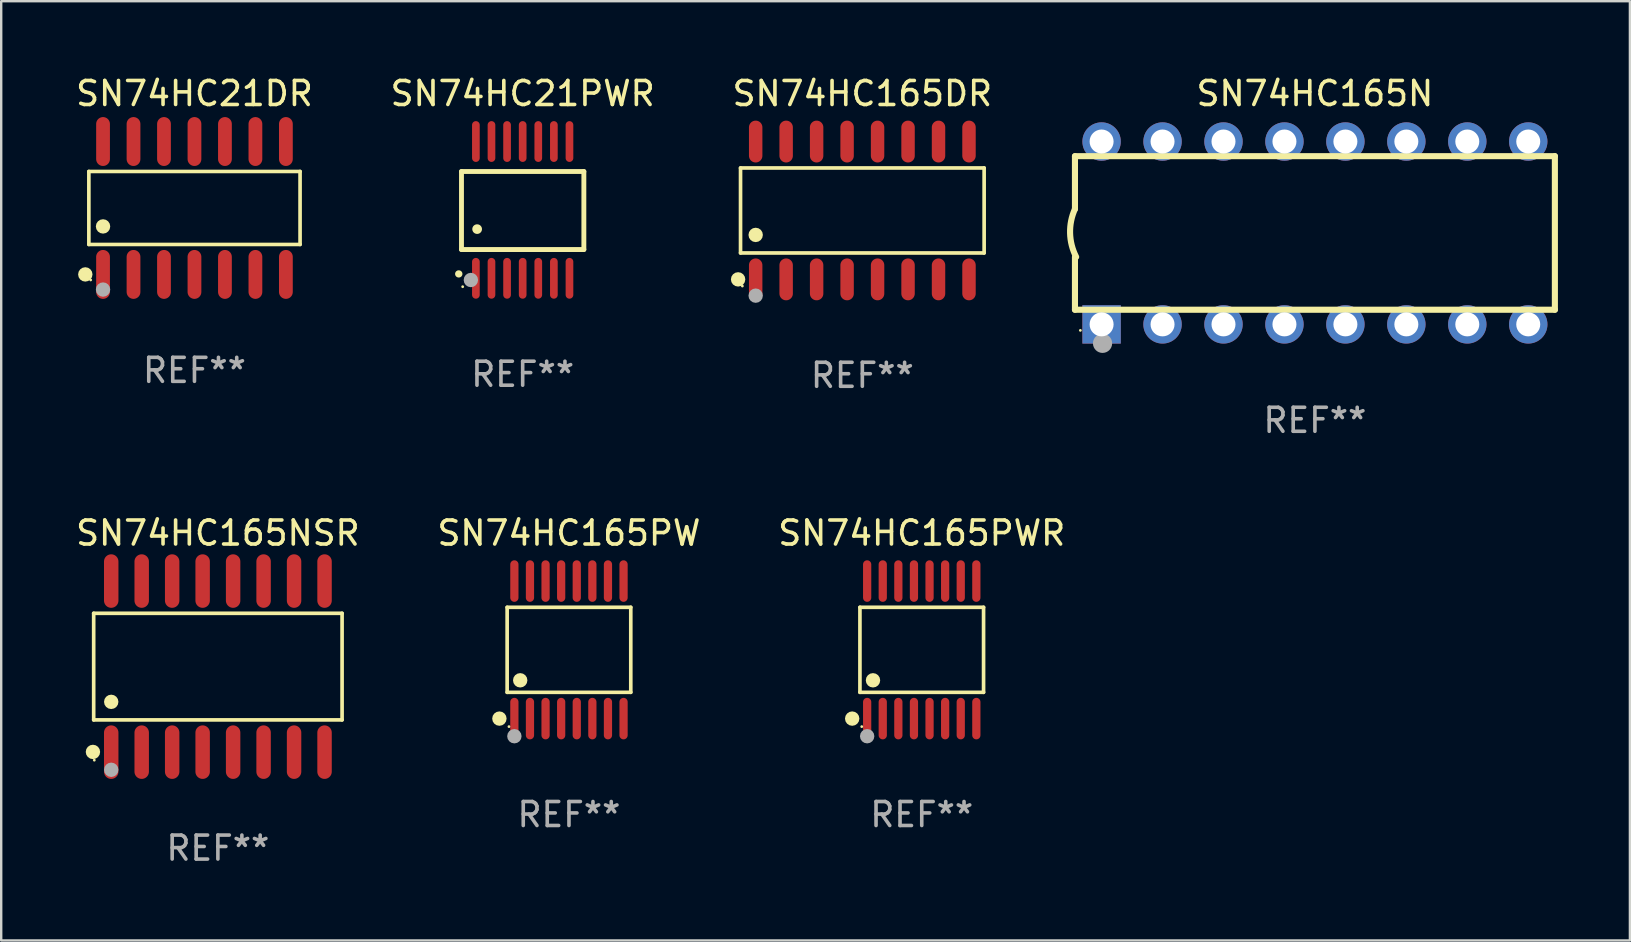
<source format=kicad_pcb>
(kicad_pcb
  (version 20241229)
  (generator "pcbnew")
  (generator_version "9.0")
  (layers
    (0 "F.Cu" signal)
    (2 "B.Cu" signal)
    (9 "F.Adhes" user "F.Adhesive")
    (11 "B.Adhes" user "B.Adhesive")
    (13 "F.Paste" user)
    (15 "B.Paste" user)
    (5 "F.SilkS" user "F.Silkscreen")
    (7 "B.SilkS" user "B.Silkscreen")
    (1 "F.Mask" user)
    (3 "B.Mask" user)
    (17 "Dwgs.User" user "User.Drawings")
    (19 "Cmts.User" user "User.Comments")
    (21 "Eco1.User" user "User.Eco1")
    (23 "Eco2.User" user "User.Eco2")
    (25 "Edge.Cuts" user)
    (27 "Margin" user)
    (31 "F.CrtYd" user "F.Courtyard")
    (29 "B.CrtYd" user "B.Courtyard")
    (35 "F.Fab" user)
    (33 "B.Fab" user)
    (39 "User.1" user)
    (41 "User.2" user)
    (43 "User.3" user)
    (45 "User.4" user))
  (footprint "SN74HC165PWR"
    (layer "F.Cu")
    (at 35.363 24.031)
    (property "Reference" "SN74HC165PWR" (at 0 -4.866 0) (layer "F.SilkS") (effects (font (size 1 1) (thickness 0.15))))
    (attr through_hole)
    (fp_line (start -2.576 -1.772) (end 2.576 -1.772) (stroke (width 0.152) (type solid)) (layer "F.SilkS"))
    (fp_line (start -2.576 1.771) (end -2.576 -1.772) (stroke (width 0.152) (type solid)) (layer "F.SilkS"))
    (fp_line (start 2.576 -1.772) (end 2.576 1.771) (stroke (width 0.152) (type solid)) (layer "F.SilkS"))
    (fp_line (start 2.576 1.771) (end -2.576 1.771) (stroke (width 0.152) (type solid)) (layer "F.SilkS"))
    (fp_circle (center -2.899 2.866) (end -2.749 2.866) (stroke (width 0.3) (type solid)) (fill no) (layer "F.SilkS"))
    (fp_circle (center -2.5 3.2) (end -2.47 3.2) (stroke (width 0.06) (type solid)) (fill no) (layer "F.SilkS"))
    (fp_circle (center -2.032 1.27) (end -1.882 1.27) (stroke (width 0.3) (type solid)) (fill no) (layer "F.SilkS"))
    (fp_circle (center -2.275 3.6) (end -2.125 3.6) (stroke (width 0.3) (type solid)) (fill no) (layer "F.Fab"))
    (fp_text user "REF**" (at 0 6.866 0) (layer "F.Fab") (effects (font (size 1 1) (thickness 0.15))))
    (pad "1" smd oval (at -2.275 2.866) (size 0.343 1.731) (layers "F.Cu" "F.Mask" "F.Paste"))
    (pad "2" smd oval (at -1.625 2.866) (size 0.343 1.731) (layers "F.Cu" "F.Mask" "F.Paste"))
    (pad "3" smd oval (at -0.975 2.866) (size 0.343 1.731) (layers "F.Cu" "F.Mask" "F.Paste"))
    (pad "4" smd oval (at -0.325 2.866) (size 0.343 1.731) (layers "F.Cu" "F.Mask" "F.Paste"))
    (pad "5" smd oval (at 0.325 2.866) (size 0.343 1.731) (layers "F.Cu" "F.Mask" "F.Paste"))
    (pad "6" smd oval (at 0.975 2.866) (size 0.343 1.731) (layers "F.Cu" "F.Mask" "F.Paste"))
    (pad "7" smd oval (at 1.625 2.866) (size 0.343 1.731) (layers "F.Cu" "F.Mask" "F.Paste"))
    (pad "8" smd oval (at 2.275 2.866) (size 0.343 1.731) (layers "F.Cu" "F.Mask" "F.Paste"))
    (pad "9" smd oval (at 2.275 -2.866) (size 0.343 1.731) (layers "F.Cu" "F.Mask" "F.Paste"))
    (pad "10" smd oval (at 1.625 -2.866) (size 0.343 1.731) (layers "F.Cu" "F.Mask" "F.Paste"))
    (pad "11" smd oval (at 0.975 -2.866) (size 0.343 1.731) (layers "F.Cu" "F.Mask" "F.Paste"))
    (pad "12" smd oval (at 0.325 -2.866) (size 0.343 1.731) (layers "F.Cu" "F.Mask" "F.Paste"))
    (pad "13" smd oval (at -0.325 -2.866) (size 0.343 1.731) (layers "F.Cu" "F.Mask" "F.Paste"))
    (pad "14" smd oval (at -0.975 -2.866) (size 0.343 1.731) (layers "F.Cu" "F.Mask" "F.Paste"))
    (pad "15" smd oval (at -1.625 -2.866) (size 0.343 1.731) (layers "F.Cu" "F.Mask" "F.Paste"))
    (pad "16" smd oval (at -2.275 -2.866) (size 0.343 1.731) (layers "F.Cu" "F.Mask" "F.Paste")))
  (footprint "SN74HC165N"
    (layer "F.Cu")
    (at 51.748 6.658)
    (property "Reference" "SN74HC165N" (at 0 -5.81 0) (layer "F.SilkS") (effects (font (size 1 1) (thickness 0.15))))
    (attr through_hole)
    (fp_line (start -10 -0.998) (end -10 -3.198) (stroke (width 0.254) (type solid)) (layer "F.SilkS"))
    (fp_line (start -10 3.2) (end -10 1) (stroke (width 0.254) (type solid)) (layer "F.SilkS"))
    (fp_line (start 10 -3.2) (end -10 -3.2) (stroke (width 0.254) (type solid)) (layer "F.SilkS"))
    (fp_line (start 10 3.2) (end -10 3.2) (stroke (width 0.254) (type solid)) (layer "F.SilkS"))
    (fp_line (start 10 3.2) (end 10 -3.2) (stroke (width 0.254) (type solid)) (layer "F.SilkS"))
    (fp_arc (start -9.949975 0.999974) (mid -10.203153 0.005693) (end -9.999987 -1) (stroke (width 0.254001) (type solid)) (layer "F.SilkS"))
    (fp_circle (center -9.775 4.06) (end -9.745 4.06) (stroke (width 0.06) (type solid)) (fill no) (layer "F.SilkS"))
    (fp_circle (center -8.85 4.6) (end -8.65 4.6) (stroke (width 0.4) (type solid)) (fill no) (layer "F.Fab"))
    (fp_text user "REF**" (at 0 7.81 0) (layer "F.Fab") (effects (font (size 1 1) (thickness 0.15))))
    (pad "1" thru_hole rect (at -8.89 3.81 90) (size 1.6 1.6) (drill 1) (layers "*.Cu" "*.Mask"))
    (pad "2" thru_hole circle (at -6.35 3.81) (size 1.6 1.6) (drill 1) (layers "*.Cu" "*.Mask"))
    (pad "3" thru_hole circle (at -3.81 3.81) (size 1.6 1.6) (drill 1) (layers "*.Cu" "*.Mask"))
    (pad "4" thru_hole circle (at -1.27 3.81) (size 1.6 1.6) (drill 1) (layers "*.Cu" "*.Mask"))
    (pad "5" thru_hole circle (at 1.27 3.81) (size 1.6 1.6) (drill 1) (layers "*.Cu" "*.Mask"))
    (pad "6" thru_hole circle (at 3.81 3.81) (size 1.6 1.6) (drill 1) (layers "*.Cu" "*.Mask"))
    (pad "7" thru_hole circle (at 6.35 3.81) (size 1.6 1.6) (drill 1) (layers "*.Cu" "*.Mask"))
    (pad "8" thru_hole circle (at 8.89 3.81) (size 1.6 1.6) (drill 1) (layers "*.Cu" "*.Mask"))
    (pad "9" thru_hole circle (at 8.89 -3.81) (size 1.6 1.6) (drill 1) (layers "*.Cu" "*.Mask"))
    (pad "10" thru_hole circle (at 6.35 -3.81) (size 1.6 1.6) (drill 1) (layers "*.Cu" "*.Mask"))
    (pad "11" thru_hole circle (at 3.81 -3.81) (size 1.6 1.6) (drill 1) (layers "*.Cu" "*.Mask"))
    (pad "12" thru_hole circle (at 1.27 -3.81) (size 1.6 1.6) (drill 1) (layers "*.Cu" "*.Mask"))
    (pad "13" thru_hole circle (at -1.27 -3.81) (size 1.6 1.6) (drill 1) (layers "*.Cu" "*.Mask"))
    (pad "14" thru_hole circle (at -3.81 -3.81) (size 1.6 1.6) (drill 1) (layers "*.Cu" "*.Mask"))
    (pad "15" thru_hole circle (at -6.35 -3.81) (size 1.6 1.6) (drill 1) (layers "*.Cu" "*.Mask"))
    (pad "16" thru_hole circle (at -8.89 -3.81) (size 1.6 1.6) (drill 1) (layers "*.Cu" "*.Mask")))
  (footprint "SN74HC165NSR"
    (layer "F.Cu")
    (at 6.03 24.73)
    (property "Reference" "SN74HC165NSR" (at 0 -5.565 0) (layer "F.SilkS") (effects (font (size 1 1) (thickness 0.15))))
    (attr through_hole)
    (fp_line (start -5.176 -2.221) (end 5.176 -2.221) (stroke (width 0.152) (type solid)) (layer "F.SilkS"))
    (fp_line (start -5.176 2.221) (end -5.176 -2.221) (stroke (width 0.152) (type solid)) (layer "F.SilkS"))
    (fp_line (start 5.176 -2.221) (end 5.176 2.221) (stroke (width 0.152) (type solid)) (layer "F.SilkS"))
    (fp_line (start 5.176 2.221) (end -5.176 2.221) (stroke (width 0.152) (type solid)) (layer "F.SilkS"))
    (fp_circle (center -5.207 3.556) (end -5.057 3.556) (stroke (width 0.3) (type solid)) (fill no) (layer "F.SilkS"))
    (fp_circle (center -5.15 3.9) (end -5.12 3.9) (stroke (width 0.06) (type solid)) (fill no) (layer "F.SilkS"))
    (fp_circle (center -4.445 1.469) (end -4.295 1.469) (stroke (width 0.3) (type solid)) (fill no) (layer "F.SilkS"))
    (fp_circle (center -4.445 4.3) (end -4.295 4.3) (stroke (width 0.3) (type solid)) (fill no) (layer "F.Fab"))
    (fp_text user "REF**" (at 0 7.565 0) (layer "F.Fab") (effects (font (size 1 1) (thickness 0.15))))
    (pad "1" smd oval (at -4.445 3.565) (size 0.602 2.231) (layers "F.Cu" "F.Mask" "F.Paste"))
    (pad "2" smd oval (at -3.175 3.565) (size 0.602 2.231) (layers "F.Cu" "F.Mask" "F.Paste"))
    (pad "3" smd oval (at -1.905 3.565) (size 0.602 2.231) (layers "F.Cu" "F.Mask" "F.Paste"))
    (pad "4" smd oval (at -0.635 3.565) (size 0.602 2.231) (layers "F.Cu" "F.Mask" "F.Paste"))
    (pad "5" smd oval (at 0.635 3.565) (size 0.602 2.231) (layers "F.Cu" "F.Mask" "F.Paste"))
    (pad "6" smd oval (at 1.905 3.565) (size 0.602 2.231) (layers "F.Cu" "F.Mask" "F.Paste"))
    (pad "7" smd oval (at 3.175 3.565) (size 0.602 2.231) (layers "F.Cu" "F.Mask" "F.Paste"))
    (pad "8" smd oval (at 4.445 3.565) (size 0.602 2.231) (layers "F.Cu" "F.Mask" "F.Paste"))
    (pad "9" smd oval (at 4.445 -3.565) (size 0.602 2.231) (layers "F.Cu" "F.Mask" "F.Paste"))
    (pad "10" smd oval (at 3.175 -3.565) (size 0.602 2.231) (layers "F.Cu" "F.Mask" "F.Paste"))
    (pad "11" smd oval (at 1.905 -3.565) (size 0.602 2.231) (layers "F.Cu" "F.Mask" "F.Paste"))
    (pad "12" smd oval (at 0.635 -3.565) (size 0.602 2.231) (layers "F.Cu" "F.Mask" "F.Paste"))
    (pad "13" smd oval (at -0.635 -3.565) (size 0.602 2.231) (layers "F.Cu" "F.Mask" "F.Paste"))
    (pad "14" smd oval (at -1.905 -3.565) (size 0.602 2.231) (layers "F.Cu" "F.Mask" "F.Paste"))
    (pad "15" smd oval (at -3.175 -3.565) (size 0.602 2.231) (layers "F.Cu" "F.Mask" "F.Paste"))
    (pad "16" smd oval (at -4.445 -3.565) (size 0.602 2.231) (layers "F.Cu" "F.Mask" "F.Paste")))
  (footprint "SN74HC165PW"
    (layer "F.Cu")
    (at 20.661 24.031)
    (property "Reference" "SN74HC165PW" (at 0 -4.866 0) (layer "F.SilkS") (effects (font (size 1 1) (thickness 0.15))))
    (attr through_hole)
    (fp_line (start -2.576 -1.772) (end 2.576 -1.772) (stroke (width 0.152) (type solid)) (layer "F.SilkS"))
    (fp_line (start -2.576 1.771) (end -2.576 -1.772) (stroke (width 0.152) (type solid)) (layer "F.SilkS"))
    (fp_line (start 2.576 -1.772) (end 2.576 1.771) (stroke (width 0.152) (type solid)) (layer "F.SilkS"))
    (fp_line (start 2.576 1.771) (end -2.576 1.771) (stroke (width 0.152) (type solid)) (layer "F.SilkS"))
    (fp_circle (center -2.899 2.866) (end -2.749 2.866) (stroke (width 0.3) (type solid)) (fill no) (layer "F.SilkS"))
    (fp_circle (center -2.5 3.2) (end -2.47 3.2) (stroke (width 0.06) (type solid)) (fill no) (layer "F.SilkS"))
    (fp_circle (center -2.032 1.27) (end -1.882 1.27) (stroke (width 0.3) (type solid)) (fill no) (layer "F.SilkS"))
    (fp_circle (center -2.275 3.6) (end -2.125 3.6) (stroke (width 0.3) (type solid)) (fill no) (layer "F.Fab"))
    (fp_text user "REF**" (at 0 6.866 0) (layer "F.Fab") (effects (font (size 1 1) (thickness 0.15))))
    (pad "1" smd oval (at -2.275 2.866) (size 0.343 1.731) (layers "F.Cu" "F.Mask" "F.Paste"))
    (pad "2" smd oval (at -1.625 2.866) (size 0.343 1.731) (layers "F.Cu" "F.Mask" "F.Paste"))
    (pad "3" smd oval (at -0.975 2.866) (size 0.343 1.731) (layers "F.Cu" "F.Mask" "F.Paste"))
    (pad "4" smd oval (at -0.325 2.866) (size 0.343 1.731) (layers "F.Cu" "F.Mask" "F.Paste"))
    (pad "5" smd oval (at 0.325 2.866) (size 0.343 1.731) (layers "F.Cu" "F.Mask" "F.Paste"))
    (pad "6" smd oval (at 0.975 2.866) (size 0.343 1.731) (layers "F.Cu" "F.Mask" "F.Paste"))
    (pad "7" smd oval (at 1.625 2.866) (size 0.343 1.731) (layers "F.Cu" "F.Mask" "F.Paste"))
    (pad "8" smd oval (at 2.275 2.866) (size 0.343 1.731) (layers "F.Cu" "F.Mask" "F.Paste"))
    (pad "9" smd oval (at 2.275 -2.866) (size 0.343 1.731) (layers "F.Cu" "F.Mask" "F.Paste"))
    (pad "10" smd oval (at 1.625 -2.866) (size 0.343 1.731) (layers "F.Cu" "F.Mask" "F.Paste"))
    (pad "11" smd oval (at 0.975 -2.866) (size 0.343 1.731) (layers "F.Cu" "F.Mask" "F.Paste"))
    (pad "12" smd oval (at 0.325 -2.866) (size 0.343 1.731) (layers "F.Cu" "F.Mask" "F.Paste"))
    (pad "13" smd oval (at -0.325 -2.866) (size 0.343 1.731) (layers "F.Cu" "F.Mask" "F.Paste"))
    (pad "14" smd oval (at -0.975 -2.866) (size 0.343 1.731) (layers "F.Cu" "F.Mask" "F.Paste"))
    (pad "15" smd oval (at -1.625 -2.866) (size 0.343 1.731) (layers "F.Cu" "F.Mask" "F.Paste"))
    (pad "16" smd oval (at -2.275 -2.866) (size 0.343 1.731) (layers "F.Cu" "F.Mask" "F.Paste")))
  (footprint "SN74HC21DR"
    (layer "F.Cu")
    (at 5.054 5.617)
    (property "Reference" "SN74HC21DR" (at 0 -4.769 0) (layer "F.SilkS") (effects (font (size 1 1) (thickness 0.15))))
    (attr through_hole)
    (fp_line (start -4.401 -1.521) (end 4.401 -1.521) (stroke (width 0.152) (type solid)) (layer "F.SilkS"))
    (fp_line (start -4.401 1.521) (end -4.401 -1.521) (stroke (width 0.152) (type solid)) (layer "F.SilkS"))
    (fp_line (start 4.401 -1.521) (end 4.401 1.521) (stroke (width 0.152) (type solid)) (layer "F.SilkS"))
    (fp_line (start 4.401 1.521) (end -4.401 1.521) (stroke (width 0.152) (type solid)) (layer "F.SilkS"))
    (fp_circle (center -4.549 2.769) (end -4.399 2.769) (stroke (width 0.3) (type solid)) (fill no) (layer "F.SilkS"))
    (fp_circle (center -4.325 3) (end -4.295 3) (stroke (width 0.06) (type solid)) (fill no) (layer "F.SilkS"))
    (fp_circle (center -3.81 0.769) (end -3.66 0.769) (stroke (width 0.3) (type solid)) (fill no) (layer "F.SilkS"))
    (fp_circle (center -3.81 3.4) (end -3.66 3.4) (stroke (width 0.3) (type solid)) (fill no) (layer "F.Fab"))
    (fp_text user "REF**" (at 0 6.769 0) (layer "F.Fab") (effects (font (size 1 1) (thickness 0.15))))
    (pad "1" smd oval (at -3.81 2.769) (size 0.574 2.038) (layers "F.Cu" "F.Mask" "F.Paste"))
    (pad "2" smd oval (at -2.54 2.769) (size 0.574 2.038) (layers "F.Cu" "F.Mask" "F.Paste"))
    (pad "3" smd oval (at -1.27 2.769) (size 0.574 2.038) (layers "F.Cu" "F.Mask" "F.Paste"))
    (pad "4" smd oval (at 0 2.769) (size 0.574 2.038) (layers "F.Cu" "F.Mask" "F.Paste"))
    (pad "5" smd oval (at 1.27 2.769) (size 0.574 2.038) (layers "F.Cu" "F.Mask" "F.Paste"))
    (pad "6" smd oval (at 2.54 2.769) (size 0.574 2.038) (layers "F.Cu" "F.Mask" "F.Paste"))
    (pad "7" smd oval (at 3.81 2.769) (size 0.574 2.038) (layers "F.Cu" "F.Mask" "F.Paste"))
    (pad "8" smd oval (at 3.81 -2.769) (size 0.574 2.038) (layers "F.Cu" "F.Mask" "F.Paste"))
    (pad "9" smd oval (at 2.54 -2.769) (size 0.574 2.038) (layers "F.Cu" "F.Mask" "F.Paste"))
    (pad "10" smd oval (at 1.27 -2.769) (size 0.574 2.038) (layers "F.Cu" "F.Mask" "F.Paste"))
    (pad "11" smd oval (at 0 -2.769) (size 0.574 2.038) (layers "F.Cu" "F.Mask" "F.Paste"))
    (pad "12" smd oval (at -1.27 -2.769) (size 0.574 2.038) (layers "F.Cu" "F.Mask" "F.Paste"))
    (pad "13" smd oval (at -2.54 -2.769) (size 0.574 2.038) (layers "F.Cu" "F.Mask" "F.Paste"))
    (pad "14" smd oval (at -3.81 -2.769) (size 0.574 2.038) (layers "F.Cu" "F.Mask" "F.Paste")))
  (footprint "SN74HC21PWR"
    (layer "F.Cu")
    (at 18.732 5.698)
    (property "Reference" "SN74HC21PWR" (at 0 -4.85 0) (layer "F.SilkS") (effects (font (size 1 1) (thickness 0.15))))
    (attr through_hole)
    (fp_line (start -2.55 -1.6) (end 2.55 -1.6) (stroke (width 0.203) (type solid)) (layer "F.SilkS"))
    (fp_line (start -2.55 1.651) (end -2.55 -1.6) (stroke (width 0.203) (type solid)) (layer "F.SilkS"))
    (fp_line (start 2.55 -1.6) (end 2.55 1.651) (stroke (width 0.203) (type solid)) (layer "F.SilkS"))
    (fp_line (start 2.55 1.651) (end -2.55 1.651) (stroke (width 0.203) (type solid)) (layer "F.SilkS"))
    (fp_arc (start -2.667005 2.667005) (mid -2.663677 2.667046) (end -2.66035 2.667157) (stroke (width 0.3) (type solid)) (layer "F.SilkS"))
    (fp_arc (start -1.9 0.8) (mid -1.897803 0.800014) (end -1.895606 0.800051) (stroke (width 0.4) (type solid)) (layer "F.SilkS"))
    (fp_circle (center -2.5 3.2) (end -2.47 3.2) (stroke (width 0.06) (type solid)) (fill no) (layer "F.SilkS"))
    (fp_circle (center -2.159 2.921) (end -2.009 2.921) (stroke (width 0.3) (type solid)) (fill no) (layer "F.Fab"))
    (fp_text user "REF**" (at 0 6.85 0) (layer "F.Fab") (effects (font (size 1 1) (thickness 0.15))))
    (pad "1" smd oval (at -1.95 2.85 180) (size 0.32 1.7) (layers "F.Cu" "F.Mask" "F.Paste"))
    (pad "2" smd oval (at -1.3 2.85 180) (size 0.32 1.7) (layers "F.Cu" "F.Mask" "F.Paste"))
    (pad "3" smd oval (at -0.65 2.85 180) (size 0.32 1.7) (layers "F.Cu" "F.Mask" "F.Paste"))
    (pad "4" smd oval (at 0 2.85 180) (size 0.32 1.7) (layers "F.Cu" "F.Mask" "F.Paste"))
    (pad "5" smd oval (at 0.65 2.85 180) (size 0.32 1.7) (layers "F.Cu" "F.Mask" "F.Paste"))
    (pad "6" smd oval (at 1.3 2.85 180) (size 0.32 1.7) (layers "F.Cu" "F.Mask" "F.Paste"))
    (pad "7" smd oval (at 1.95 2.85 180) (size 0.32 1.7) (layers "F.Cu" "F.Mask" "F.Paste"))
    (pad "8" smd oval (at 1.95 -2.85 180) (size 0.32 1.7) (layers "F.Cu" "F.Mask" "F.Paste"))
    (pad "9" smd oval (at 1.3 -2.85 180) (size 0.32 1.7) (layers "F.Cu" "F.Mask" "F.Paste"))
    (pad "10" smd oval (at 0.65 -2.85 180) (size 0.32 1.7) (layers "F.Cu" "F.Mask" "F.Paste"))
    (pad "11" smd oval (at 0 -2.85 180) (size 0.32 1.7) (layers "F.Cu" "F.Mask" "F.Paste"))
    (pad "12" smd oval (at -0.65 -2.85 180) (size 0.32 1.7) (layers "F.Cu" "F.Mask" "F.Paste"))
    (pad "13" smd oval (at -1.3 -2.85 180) (size 0.32 1.7) (layers "F.Cu" "F.Mask" "F.Paste"))
    (pad "14" smd oval (at -1.95 -2.85 180) (size 0.32 1.7) (layers "F.Cu" "F.Mask" "F.Paste")))
  (footprint "SN74HC165DR"
    (layer "F.Cu")
    (at 32.887 5.721)
    (property "Reference" "SN74HC165DR" (at 0 -4.872 0) (layer "F.SilkS") (effects (font (size 1 1) (thickness 0.15))))
    (attr through_hole)
    (fp_line (start -5.076 -1.771) (end 5.076 -1.771) (stroke (width 0.152) (type solid)) (layer "F.SilkS"))
    (fp_line (start -5.076 1.771) (end -5.076 -1.771) (stroke (width 0.152) (type solid)) (layer "F.SilkS"))
    (fp_line (start 5.076 -1.771) (end 5.076 1.771) (stroke (width 0.152) (type solid)) (layer "F.SilkS"))
    (fp_line (start 5.076 1.771) (end -5.076 1.771) (stroke (width 0.152) (type solid)) (layer "F.SilkS"))
    (fp_circle (center -5.177 2.872) (end -5.027 2.872) (stroke (width 0.3) (type solid)) (fill no) (layer "F.SilkS"))
    (fp_circle (center -5 3.15) (end -4.97 3.15) (stroke (width 0.06) (type solid)) (fill no) (layer "F.SilkS"))
    (fp_circle (center -4.445 1.019) (end -4.295 1.019) (stroke (width 0.3) (type solid)) (fill no) (layer "F.SilkS"))
    (fp_circle (center -4.445 3.55) (end -4.295 3.55) (stroke (width 0.3) (type solid)) (fill no) (layer "F.Fab"))
    (fp_text user "REF**" (at 0 6.872 0) (layer "F.Fab") (effects (font (size 1 1) (thickness 0.15))))
    (pad "1" smd oval (at -4.445 2.872) (size 0.56 1.745) (layers "F.Cu" "F.Mask" "F.Paste"))
    (pad "2" smd oval (at -3.175 2.872) (size 0.56 1.745) (layers "F.Cu" "F.Mask" "F.Paste"))
    (pad "3" smd oval (at -1.905 2.872) (size 0.56 1.745) (layers "F.Cu" "F.Mask" "F.Paste"))
    (pad "4" smd oval (at -0.635 2.872) (size 0.56 1.745) (layers "F.Cu" "F.Mask" "F.Paste"))
    (pad "5" smd oval (at 0.635 2.872) (size 0.56 1.745) (layers "F.Cu" "F.Mask" "F.Paste"))
    (pad "6" smd oval (at 1.905 2.872) (size 0.56 1.745) (layers "F.Cu" "F.Mask" "F.Paste"))
    (pad "7" smd oval (at 3.175 2.872) (size 0.56 1.745) (layers "F.Cu" "F.Mask" "F.Paste"))
    (pad "8" smd oval (at 4.445 2.872) (size 0.56 1.745) (layers "F.Cu" "F.Mask" "F.Paste"))
    (pad "9" smd oval (at 4.445 -2.872) (size 0.56 1.745) (layers "F.Cu" "F.Mask" "F.Paste"))
    (pad "10" smd oval (at 3.175 -2.872) (size 0.56 1.745) (layers "F.Cu" "F.Mask" "F.Paste"))
    (pad "11" smd oval (at 1.905 -2.872) (size 0.56 1.745) (layers "F.Cu" "F.Mask" "F.Paste"))
    (pad "12" smd oval (at 0.635 -2.872) (size 0.56 1.745) (layers "F.Cu" "F.Mask" "F.Paste"))
    (pad "13" smd oval (at -0.635 -2.872) (size 0.56 1.745) (layers "F.Cu" "F.Mask" "F.Paste"))
    (pad "14" smd oval (at -1.905 -2.872) (size 0.56 1.745) (layers "F.Cu" "F.Mask" "F.Paste"))
    (pad "15" smd oval (at -3.175 -2.872) (size 0.56 1.745) (layers "F.Cu" "F.Mask" "F.Paste"))
    (pad "16" smd oval (at -4.445 -2.872) (size 0.56 1.745) (layers "F.Cu" "F.Mask" "F.Paste")))
  (gr_rect
    (start -3 -3)
    (end 64.875 36.144)
    (stroke (width 0.1) (type default))
    (fill no)
    (layer "Edge.Cuts")))
</source>
